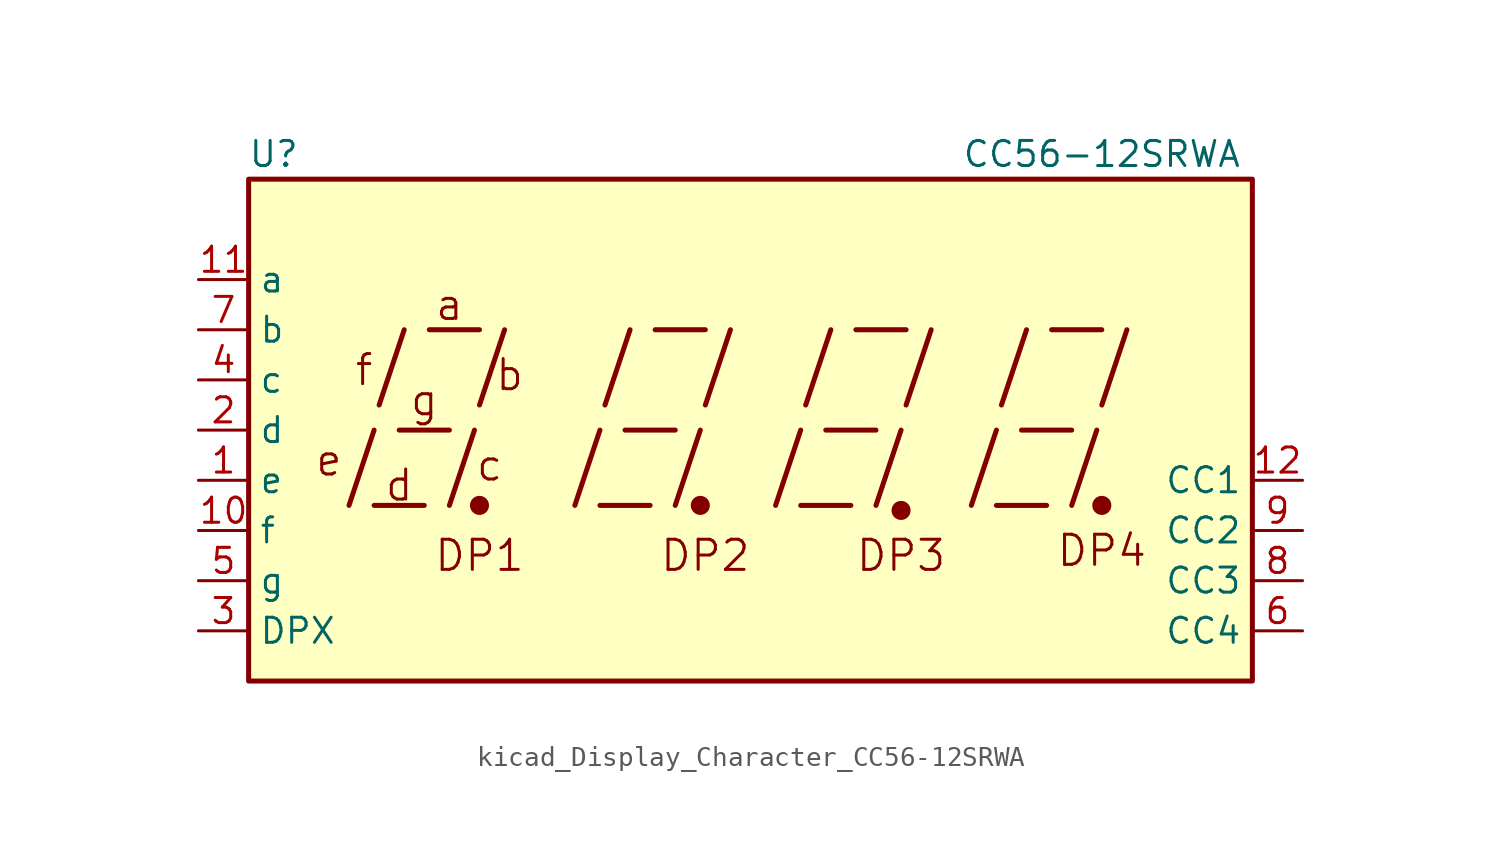
<source format=kicad_sym>
(kicad_symbol_lib
  (version 20220914)
  (generator kicad_symbol_editor)
  (symbol "kicad_Display_Character_CC56-12SRWA"
    (property "Reference" "U"
      (at -24.13 13.97 0)
      (effects (font (size 1.27 1.27))))
    (property "Value" "CC56-12SRWA"
      (at 17.78 13.97 0)
      (effects (font (size 1.27 1.27))))
    (symbol "kicad_Display_Character_CC56-12SRWA_0_0"
      (rectangle (start -25.4 12.7) (end 25.4 -12.7) (stroke (width 0.254) (type default)) (fill (type background)))
      (polyline (pts (xy -20.32 -3.81) (xy -19.05 0)) (stroke (width 0.254) (type default)) (fill (type none)))
      (polyline (pts (xy -19.05 -3.81) (xy -16.51 -3.81)) (stroke (width 0.254) (type default)) (fill (type none)))
      (polyline (pts (xy -18.796 1.27) (xy -17.526 5.08)) (stroke (width 0.254) (type default)) (fill (type none)))
      (polyline (pts (xy -17.78 0) (xy -15.24 0)) (stroke (width 0.254) (type default)) (fill (type none)))
      (polyline (pts (xy -16.256 5.08) (xy -13.716 5.08)) (stroke (width 0.254) (type default)) (fill (type none)))
      (polyline (pts (xy -15.24 -3.81) (xy -13.97 0)) (stroke (width 0.254) (type default)) (fill (type none)))
      (polyline (pts (xy -13.716 1.27) (xy -12.446 5.08)) (stroke (width 0.254) (type default)) (fill (type none)))
      (polyline (pts (xy -8.89 -3.81) (xy -7.62 0)) (stroke (width 0.254) (type default)) (fill (type none)))
      (polyline (pts (xy -7.62 -3.81) (xy -5.08 -3.81)) (stroke (width 0.254) (type default)) (fill (type none)))
      (polyline (pts (xy -7.366 1.27) (xy -6.096 5.08)) (stroke (width 0.254) (type default)) (fill (type none)))
      (polyline (pts (xy -6.35 0) (xy -3.81 0)) (stroke (width 0.254) (type default)) (fill (type none)))
      (polyline (pts (xy -4.826 5.08) (xy -2.286 5.08)) (stroke (width 0.254) (type default)) (fill (type none)))
      (polyline (pts (xy -3.81 -3.81) (xy -2.54 0)) (stroke (width 0.254) (type default)) (fill (type none)))
      (polyline (pts (xy -2.286 1.27) (xy -1.016 5.08)) (stroke (width 0.254) (type default)) (fill (type none)))
      (polyline (pts (xy 1.27 -3.81) (xy 2.54 0)) (stroke (width 0.254) (type default)) (fill (type none)))
      (polyline (pts (xy 2.54 -3.81) (xy 5.08 -3.81)) (stroke (width 0.254) (type default)) (fill (type none)))
      (polyline (pts (xy 2.794 1.27) (xy 4.064 5.08)) (stroke (width 0.254) (type default)) (fill (type none)))
      (polyline (pts (xy 3.81 0) (xy 6.35 0)) (stroke (width 0.254) (type default)) (fill (type none)))
      (polyline (pts (xy 5.334 5.08) (xy 7.874 5.08)) (stroke (width 0.254) (type default)) (fill (type none)))
      (polyline (pts (xy 6.35 -3.81) (xy 7.62 0)) (stroke (width 0.254) (type default)) (fill (type none)))
      (polyline (pts (xy 7.874 1.27) (xy 9.144 5.08)) (stroke (width 0.254) (type default)) (fill (type none)))
      (polyline (pts (xy 11.176 -3.81) (xy 12.446 0)) (stroke (width 0.254) (type default)) (fill (type none)))
      (polyline (pts (xy 12.446 -3.81) (xy 14.986 -3.81)) (stroke (width 0.254) (type default)) (fill (type none)))
      (polyline (pts (xy 12.7 1.27) (xy 13.97 5.08)) (stroke (width 0.254) (type default)) (fill (type none)))
      (polyline (pts (xy 13.716 0) (xy 16.256 0)) (stroke (width 0.254) (type default)) (fill (type none)))
      (polyline (pts (xy 15.24 5.08) (xy 17.78 5.08)) (stroke (width 0.254) (type default)) (fill (type none)))
      (polyline (pts (xy 16.256 -3.81) (xy 17.526 0)) (stroke (width 0.254) (type default)) (fill (type none)))
      (polyline (pts (xy 17.78 1.27) (xy 19.05 5.08)) (stroke (width 0.254) (type default)) (fill (type none)))
      (text "a" (at -15.24 6.35 0) (effects (font (size 1.524 1.524))))
      (text "b" (at -12.192 2.794 0) (effects (font (size 1.524 1.524))))
      (text "c" (at -13.208 -1.778 0) (effects (font (size 1.524 1.524))))
      (text "d" (at -17.78 -2.794 0) (effects (font (size 1.524 1.524))))
      (text "DP1" (at -13.716 -6.35 0) (effects (font (size 1.524 1.524))))
      (text "DP2" (at -2.286 -6.35 0) (effects (font (size 1.524 1.524))))
      (text "DP3" (at 7.62 -6.35 0) (effects (font (size 1.524 1.524))))
      (text "DP4" (at 17.78 -6.096 0) (effects (font (size 1.524 1.524))))
      (text "e" (at -21.336 -1.524 0) (effects (font (size 1.524 1.524))))
      (text "f" (at -19.558 3.048 0) (effects (font (size 1.524 1.524))))
      (text "g" (at -16.51 1.524 0) (effects (font (size 1.524 1.524)))))
    (symbol "kicad_Display_Character_CC56-12SRWA_0_1"
      (circle (center -13.716 -3.81) (radius 0.356) (stroke (width 0.254) (type default)) (fill (type outline)))
      (circle (center -2.54 -3.81) (radius 0.356) (stroke (width 0.254) (type default)) (fill (type outline))))
    (symbol "kicad_Display_Character_CC56-12SRWA_1_0"
      (circle (center 7.62 -4.064) (radius 0.356) (stroke (width 0.254) (type default)) (fill (type outline)))
      (circle (center 17.78 -3.81) (radius 0.356) (stroke (width 0.254) (type default)) (fill (type outline))))
    (symbol "kicad_Display_Character_CC56-12SRWA_1_1"
      (pin input line (at -27.94 -2.54 0) (length 2.54) (name "e" (effects (font (size 1.27 1.27)))) (number "1" (effects (font (size 1.27 1.27)))))
      (pin input line (at -27.94 -5.08 0) (length 2.54) (name "f" (effects (font (size 1.27 1.27)))) (number "10" (effects (font (size 1.27 1.27)))))
      (pin input line (at -27.94 7.62 0) (length 2.54) (name "a" (effects (font (size 1.27 1.27)))) (number "11" (effects (font (size 1.27 1.27)))))
      (pin input line (at 27.94 -2.54 180) (length 2.54) (name "CC1" (effects (font (size 1.27 1.27)))) (number "12" (effects (font (size 1.27 1.27)))))
      (pin input line (at -27.94 0 0) (length 2.54) (name "d" (effects (font (size 1.27 1.27)))) (number "2" (effects (font (size 1.27 1.27)))))
      (pin input line (at -27.94 -10.16 0) (length 2.54) (name "DPX" (effects (font (size 1.27 1.27)))) (number "3" (effects (font (size 1.27 1.27)))))
      (pin input line (at -27.94 2.54 0) (length 2.54) (name "c" (effects (font (size 1.27 1.27)))) (number "4" (effects (font (size 1.27 1.27)))))
      (pin input line (at -27.94 -7.62 0) (length 2.54) (name "g" (effects (font (size 1.27 1.27)))) (number "5" (effects (font (size 1.27 1.27)))))
      (pin input line (at 27.94 -10.16 180) (length 2.54) (name "CC4" (effects (font (size 1.27 1.27)))) (number "6" (effects (font (size 1.27 1.27)))))
      (pin input line (at -27.94 5.08 0) (length 2.54) (name "b" (effects (font (size 1.27 1.27)))) (number "7" (effects (font (size 1.27 1.27)))))
      (pin input line (at 27.94 -7.62 180) (length 2.54) (name "CC3" (effects (font (size 1.27 1.27)))) (number "8" (effects (font (size 1.27 1.27)))))
      (pin input line (at 27.94 -5.08 180) (length 2.54) (name "CC2" (effects (font (size 1.27 1.27)))) (number "9" (effects (font (size 1.27 1.27))))))))
</source>
